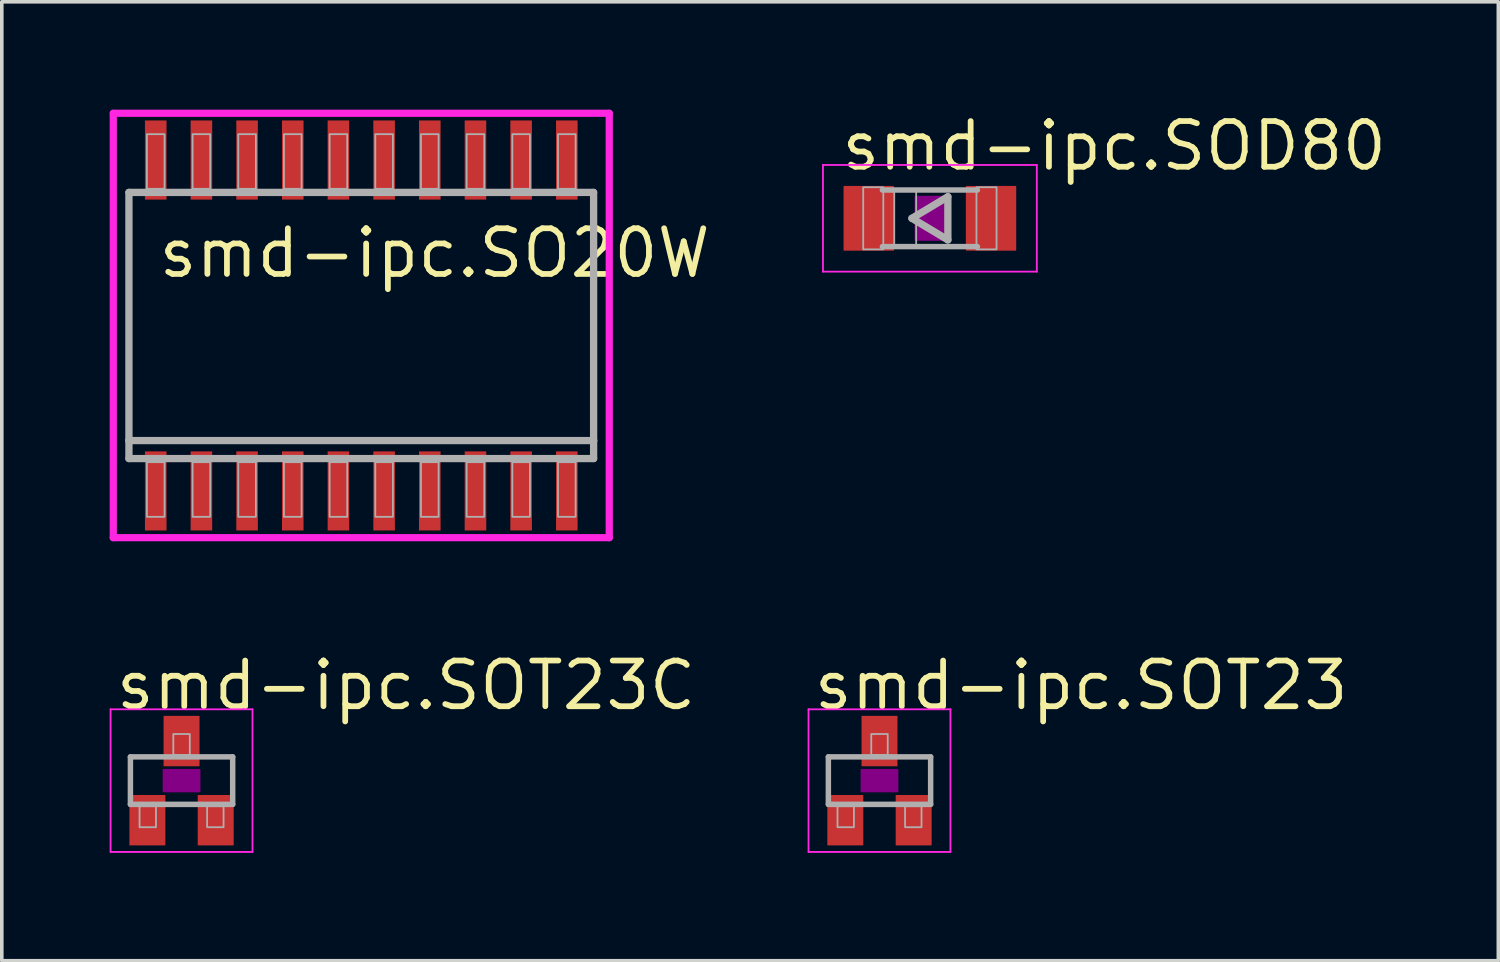
<source format=kicad_pcb>
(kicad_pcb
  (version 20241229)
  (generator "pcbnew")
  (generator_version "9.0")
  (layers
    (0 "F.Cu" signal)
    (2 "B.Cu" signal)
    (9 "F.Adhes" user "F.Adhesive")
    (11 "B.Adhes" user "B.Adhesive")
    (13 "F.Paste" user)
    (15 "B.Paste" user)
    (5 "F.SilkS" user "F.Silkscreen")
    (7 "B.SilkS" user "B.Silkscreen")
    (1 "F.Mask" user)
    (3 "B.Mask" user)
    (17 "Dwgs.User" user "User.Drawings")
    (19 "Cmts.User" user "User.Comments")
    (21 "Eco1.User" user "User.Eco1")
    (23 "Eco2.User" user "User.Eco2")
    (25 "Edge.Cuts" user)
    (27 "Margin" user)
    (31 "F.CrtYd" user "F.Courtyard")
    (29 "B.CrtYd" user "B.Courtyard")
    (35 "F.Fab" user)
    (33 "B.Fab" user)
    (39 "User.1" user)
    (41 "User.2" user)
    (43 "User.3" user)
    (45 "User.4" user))
  (footprint "smd-ipc.SOT23C"
    (layer "F.Cu")
    (at 1.998 18.655)
    (property "Reference" "smd-ipc.SOT23C" (at -1.905 -1.905 0) (layer "F.SilkS") (effects (font (size 1.27 1.27) (thickness 0.16)) (justify left bottom)))
    (attr smd)
    (fp_rect (start -0.5 0.3) (end 0.5 -0.3) (stroke (width 0.05) (type default)) (fill yes) (layer "F.Adhes"))
    (fp_line (start -1.973 -1.983) (end 1.973 -1.983) (stroke (width 0.051) (type default)) (layer "F.CrtYd"))
    (fp_line (start -1.973 1.983) (end -1.973 -1.983) (stroke (width 0.051) (type default)) (layer "F.CrtYd"))
    (fp_line (start 1.973 -1.983) (end 1.973 1.983) (stroke (width 0.051) (type default)) (layer "F.CrtYd"))
    (fp_line (start 1.973 1.983) (end -1.973 1.983) (stroke (width 0.051) (type default)) (layer "F.CrtYd"))
    (fp_line (start -1.422 -0.66) (end 1.422 -0.66) (stroke (width 0.152) (type default)) (layer "F.Fab"))
    (fp_line (start -1.422 0.66) (end -1.422 -0.66) (stroke (width 0.152) (type default)) (layer "F.Fab"))
    (fp_line (start 1.422 -0.66) (end 1.422 0.66) (stroke (width 0.152) (type default)) (layer "F.Fab"))
    (fp_line (start 1.422 0.66) (end -1.422 0.66) (stroke (width 0.152) (type default)) (layer "F.Fab"))
    (fp_rect (start -1.168 1.295) (end -0.711 0.711) (stroke (width 0.05) (type default)) (fill no) (layer "F.Fab"))
    (fp_rect (start -0.229 -0.711) (end 0.229 -1.295) (stroke (width 0.05) (type default)) (fill no) (layer "F.Fab"))
    (fp_rect (start 0.711 1.295) (end 1.168 0.711) (stroke (width 0.05) (type default)) (fill no) (layer "F.Fab"))
    (pad "1" smd roundrect (at -0.95 1.1) (size 1 1.4) (layers "F.Cu" "F.Mask" "F.Paste") (roundrect_rratio 0.01))
    (pad "2" smd roundrect (at 0.95 1.1) (size 1 1.4) (layers "F.Cu" "F.Mask" "F.Paste") (roundrect_rratio 0.01))
    (pad "3" smd roundrect (at 0 -1.1) (size 1 1.4) (layers "F.Cu" "F.Mask" "F.Paste") (roundrect_rratio 0.01)))
  (footprint "smd-ipc.SO20W"
    (layer "F.Cu")
    (at 6.995 6)
    (property "Reference" "smd-ipc.SO20W" (at -5.715 -1.27 0) (layer "F.SilkS") (effects (font (size 1.27 1.27) (thickness 0.16)) (justify left bottom)))
    (attr smd)
    (fp_line (start -6.895 -5.9) (end 6.895 -5.9) (stroke (width 0.2) (type default)) (layer "F.CrtYd"))
    (fp_line (start -6.895 5.9) (end -6.895 -5.9) (stroke (width 0.2) (type default)) (layer "F.CrtYd"))
    (fp_line (start 6.895 -5.9) (end 6.895 5.9) (stroke (width 0.2) (type default)) (layer "F.CrtYd"))
    (fp_line (start 6.895 5.9) (end -6.895 5.9) (stroke (width 0.2) (type default)) (layer "F.CrtYd"))
    (fp_line (start -6.46 -3.7) (end 6.46 -3.7) (stroke (width 0.203) (type default)) (layer "F.Fab"))
    (fp_line (start -6.46 3.2) (end -6.46 -3.7) (stroke (width 0.203) (type default)) (layer "F.Fab"))
    (fp_line (start -6.46 3.7) (end -6.46 3.2) (stroke (width 0.203) (type default)) (layer "F.Fab"))
    (fp_line (start 6.46 -3.7) (end 6.46 3.2) (stroke (width 0.203) (type default)) (layer "F.Fab"))
    (fp_line (start 6.46 3.2) (end -6.46 3.2) (stroke (width 0.203) (type default)) (layer "F.Fab"))
    (fp_line (start 6.46 3.2) (end 6.46 3.7) (stroke (width 0.203) (type default)) (layer "F.Fab"))
    (fp_line (start 6.46 3.7) (end -6.46 3.7) (stroke (width 0.203) (type default)) (layer "F.Fab"))
    (fp_rect (start -5.96 -3.8) (end -5.47 -5.32) (stroke (width 0.05) (type default)) (fill no) (layer "F.Fab"))
    (fp_rect (start -5.96 5.32) (end -5.47 3.8) (stroke (width 0.05) (type default)) (fill no) (layer "F.Fab"))
    (fp_rect (start -4.69 -3.8) (end -4.2 -5.32) (stroke (width 0.05) (type default)) (fill no) (layer "F.Fab"))
    (fp_rect (start -4.69 5.32) (end -4.2 3.8) (stroke (width 0.05) (type default)) (fill no) (layer "F.Fab"))
    (fp_rect (start -3.42 -3.8) (end -2.93 -5.32) (stroke (width 0.05) (type default)) (fill no) (layer "F.Fab"))
    (fp_rect (start -3.42 5.32) (end -2.93 3.8) (stroke (width 0.05) (type default)) (fill no) (layer "F.Fab"))
    (fp_rect (start -2.15 -3.8) (end -1.66 -5.32) (stroke (width 0.05) (type default)) (fill no) (layer "F.Fab"))
    (fp_rect (start -2.15 5.32) (end -1.66 3.8) (stroke (width 0.05) (type default)) (fill no) (layer "F.Fab"))
    (fp_rect (start -0.88 -3.8) (end -0.39 -5.32) (stroke (width 0.05) (type default)) (fill no) (layer "F.Fab"))
    (fp_rect (start -0.88 5.32) (end -0.39 3.8) (stroke (width 0.05) (type default)) (fill no) (layer "F.Fab"))
    (fp_rect (start 0.39 -3.8) (end 0.88 -5.32) (stroke (width 0.05) (type default)) (fill no) (layer "F.Fab"))
    (fp_rect (start 0.39 5.32) (end 0.88 3.8) (stroke (width 0.05) (type default)) (fill no) (layer "F.Fab"))
    (fp_rect (start 1.66 -3.8) (end 2.15 -5.32) (stroke (width 0.05) (type default)) (fill no) (layer "F.Fab"))
    (fp_rect (start 1.66 5.32) (end 2.15 3.8) (stroke (width 0.05) (type default)) (fill no) (layer "F.Fab"))
    (fp_rect (start 2.93 -3.8) (end 3.42 -5.32) (stroke (width 0.05) (type default)) (fill no) (layer "F.Fab"))
    (fp_rect (start 2.93 5.32) (end 3.42 3.8) (stroke (width 0.05) (type default)) (fill no) (layer "F.Fab"))
    (fp_rect (start 4.2 -3.8) (end 4.69 -5.32) (stroke (width 0.05) (type default)) (fill no) (layer "F.Fab"))
    (fp_rect (start 4.2 5.32) (end 4.69 3.8) (stroke (width 0.05) (type default)) (fill no) (layer "F.Fab"))
    (fp_rect (start 5.47 -3.8) (end 5.96 -5.32) (stroke (width 0.05) (type default)) (fill no) (layer "F.Fab"))
    (fp_rect (start 5.47 5.32) (end 5.96 3.8) (stroke (width 0.05) (type default)) (fill no) (layer "F.Fab"))
    (pad "1" smd roundrect (at -5.715 4.6) (size 0.6 2.2) (layers "F.Cu" "F.Mask" "F.Paste") (roundrect_rratio 0.01))
    (pad "2" smd roundrect (at -4.445 4.6) (size 0.6 2.2) (layers "F.Cu" "F.Mask" "F.Paste") (roundrect_rratio 0.01))
    (pad "3" smd roundrect (at -3.175 4.6) (size 0.6 2.2) (layers "F.Cu" "F.Mask" "F.Paste") (roundrect_rratio 0.01))
    (pad "4" smd roundrect (at -1.905 4.6) (size 0.6 2.2) (layers "F.Cu" "F.Mask" "F.Paste") (roundrect_rratio 0.01))
    (pad "5" smd roundrect (at -0.635 4.6) (size 0.6 2.2) (layers "F.Cu" "F.Mask" "F.Paste") (roundrect_rratio 0.01))
    (pad "6" smd roundrect (at 0.635 4.6) (size 0.6 2.2) (layers "F.Cu" "F.Mask" "F.Paste") (roundrect_rratio 0.01))
    (pad "7" smd roundrect (at 1.905 4.6) (size 0.6 2.2) (layers "F.Cu" "F.Mask" "F.Paste") (roundrect_rratio 0.01))
    (pad "8" smd roundrect (at 3.175 4.6) (size 0.6 2.2) (layers "F.Cu" "F.Mask" "F.Paste") (roundrect_rratio 0.01))
    (pad "9" smd roundrect (at 4.445 4.6) (size 0.6 2.2) (layers "F.Cu" "F.Mask" "F.Paste") (roundrect_rratio 0.01))
    (pad "10" smd roundrect (at 5.715 4.6) (size 0.6 2.2) (layers "F.Cu" "F.Mask" "F.Paste") (roundrect_rratio 0.01))
    (pad "11" smd roundrect (at 5.715 -4.6) (size 0.6 2.2) (layers "F.Cu" "F.Mask" "F.Paste") (roundrect_rratio 0.01))
    (pad "12" smd roundrect (at 4.445 -4.6) (size 0.6 2.2) (layers "F.Cu" "F.Mask" "F.Paste") (roundrect_rratio 0.01))
    (pad "13" smd roundrect (at 3.175 -4.6) (size 0.6 2.2) (layers "F.Cu" "F.Mask" "F.Paste") (roundrect_rratio 0.01))
    (pad "14" smd roundrect (at 1.905 -4.6) (size 0.6 2.2) (layers "F.Cu" "F.Mask" "F.Paste") (roundrect_rratio 0.01))
    (pad "15" smd roundrect (at 0.635 -4.6) (size 0.6 2.2) (layers "F.Cu" "F.Mask" "F.Paste") (roundrect_rratio 0.01))
    (pad "16" smd roundrect (at -0.635 -4.6) (size 0.6 2.2) (layers "F.Cu" "F.Mask" "F.Paste") (roundrect_rratio 0.01))
    (pad "17" smd roundrect (at -1.905 -4.6) (size 0.6 2.2) (layers "F.Cu" "F.Mask" "F.Paste") (roundrect_rratio 0.01))
    (pad "18" smd roundrect (at -3.175 -4.6) (size 0.6 2.2) (layers "F.Cu" "F.Mask" "F.Paste") (roundrect_rratio 0.01))
    (pad "19" smd roundrect (at -4.445 -4.6) (size 0.6 2.2) (layers "F.Cu" "F.Mask" "F.Paste") (roundrect_rratio 0.01))
    (pad "20" smd roundrect (at -5.715 -4.6) (size 0.6 2.2) (layers "F.Cu" "F.Mask" "F.Paste") (roundrect_rratio 0.01)))
  (footprint "smd-ipc.SOT23"
    (layer "F.Cu")
    (at 21.404 18.655)
    (property "Reference" "smd-ipc.SOT23" (at -1.905 -1.905 0) (layer "F.SilkS") (effects (font (size 1.27 1.27) (thickness 0.16)) (justify left bottom)))
    (attr smd)
    (fp_rect (start -0.5 0.3) (end 0.5 -0.3) (stroke (width 0.05) (type default)) (fill yes) (layer "F.Adhes"))
    (fp_line (start -1.973 -1.983) (end 1.973 -1.983) (stroke (width 0.051) (type default)) (layer "F.CrtYd"))
    (fp_line (start -1.973 1.983) (end -1.973 -1.983) (stroke (width 0.051) (type default)) (layer "F.CrtYd"))
    (fp_line (start 1.973 -1.983) (end 1.973 1.983) (stroke (width 0.051) (type default)) (layer "F.CrtYd"))
    (fp_line (start 1.973 1.983) (end -1.973 1.983) (stroke (width 0.051) (type default)) (layer "F.CrtYd"))
    (fp_line (start -1.422 -0.66) (end 1.422 -0.66) (stroke (width 0.152) (type default)) (layer "F.Fab"))
    (fp_line (start -1.422 0.66) (end -1.422 -0.66) (stroke (width 0.152) (type default)) (layer "F.Fab"))
    (fp_line (start 1.422 -0.66) (end 1.422 0.66) (stroke (width 0.152) (type default)) (layer "F.Fab"))
    (fp_line (start 1.422 0.66) (end -1.422 0.66) (stroke (width 0.152) (type default)) (layer "F.Fab"))
    (fp_rect (start -1.168 1.295) (end -0.711 0.711) (stroke (width 0.05) (type default)) (fill no) (layer "F.Fab"))
    (fp_rect (start -0.229 -0.711) (end 0.229 -1.295) (stroke (width 0.05) (type default)) (fill no) (layer "F.Fab"))
    (fp_rect (start 0.711 1.295) (end 1.168 0.711) (stroke (width 0.05) (type default)) (fill no) (layer "F.Fab"))
    (pad "1" smd roundrect (at -0.95 1.1) (size 1 1.4) (layers "F.Cu" "F.Mask" "F.Paste") (roundrect_rratio 0.01))
    (pad "2" smd roundrect (at 0.95 1.1) (size 1 1.4) (layers "F.Cu" "F.Mask" "F.Paste") (roundrect_rratio 0.01))
    (pad "3" smd roundrect (at 0 -1.1) (size 1 1.4) (layers "F.Cu" "F.Mask" "F.Paste") (roundrect_rratio 0.01)))
  (footprint "smd-ipc.SOD80"
    (layer "F.Cu")
    (at 22.805 3.02)
    (property "Reference" "smd-ipc.SOD80" (at -2.54 -1.27 0) (layer "F.SilkS") (effects (font (size 1.27 1.27) (thickness 0.16)) (justify left bottom)))
    (attr smd)
    (fp_rect (start -0.4 0.6) (end 0.4 -0.6) (stroke (width 0.05) (type default)) (fill yes) (layer "F.Adhes"))
    (fp_line (start -2.973 -1.483) (end 2.973 -1.483) (stroke (width 0.051) (type default)) (layer "F.CrtYd"))
    (fp_line (start -2.973 1.483) (end -2.973 -1.483) (stroke (width 0.051) (type default)) (layer "F.CrtYd"))
    (fp_line (start 2.973 -1.483) (end 2.973 1.483) (stroke (width 0.051) (type default)) (layer "F.CrtYd"))
    (fp_line (start 2.973 1.483) (end -2.973 1.483) (stroke (width 0.051) (type default)) (layer "F.CrtYd"))
    (fp_line (start -0.5 0) (end 0.5 0.6) (stroke (width 0.203) (type default)) (layer "F.Fab"))
    (fp_line (start 0.5 -0.6) (end -0.5 0) (stroke (width 0.203) (type default)) (layer "F.Fab"))
    (fp_line (start 0.5 0.6) (end 0.5 -0.6) (stroke (width 0.203) (type default)) (layer "F.Fab"))
    (fp_line (start 1.321 -0.787) (end -1.321 -0.787) (stroke (width 0.152) (type default)) (layer "F.Fab"))
    (fp_line (start 1.321 0.787) (end -1.321 0.787) (stroke (width 0.152) (type default)) (layer "F.Fab"))
    (fp_rect (start -1.854 0.864) (end -1.295 -0.864) (stroke (width 0.05) (type default)) (fill no) (layer "F.Fab"))
    (fp_rect (start -0.991 0.787) (end -0.381 -0.787) (stroke (width 0.05) (type default)) (fill no) (layer "F.Fab"))
    (fp_rect (start 1.295 0.864) (end 1.854 -0.864) (stroke (width 0.05) (type default)) (fill no) (layer "F.Fab"))
    (pad "1" smd roundrect (at -1.7 0) (size 1.4 1.8) (layers "F.Cu" "F.Mask" "F.Paste") (roundrect_rratio 0.01))
    (pad "2" smd roundrect (at 1.7 0) (size 1.4 1.8) (layers "F.Cu" "F.Mask" "F.Paste") (roundrect_rratio 0.01)))
  (gr_rect
    (start -3 -3)
    (end 38.61 23.663)
    (stroke (width 0.1) (type default))
    (fill no)
    (layer "Edge.Cuts")))
</source>
